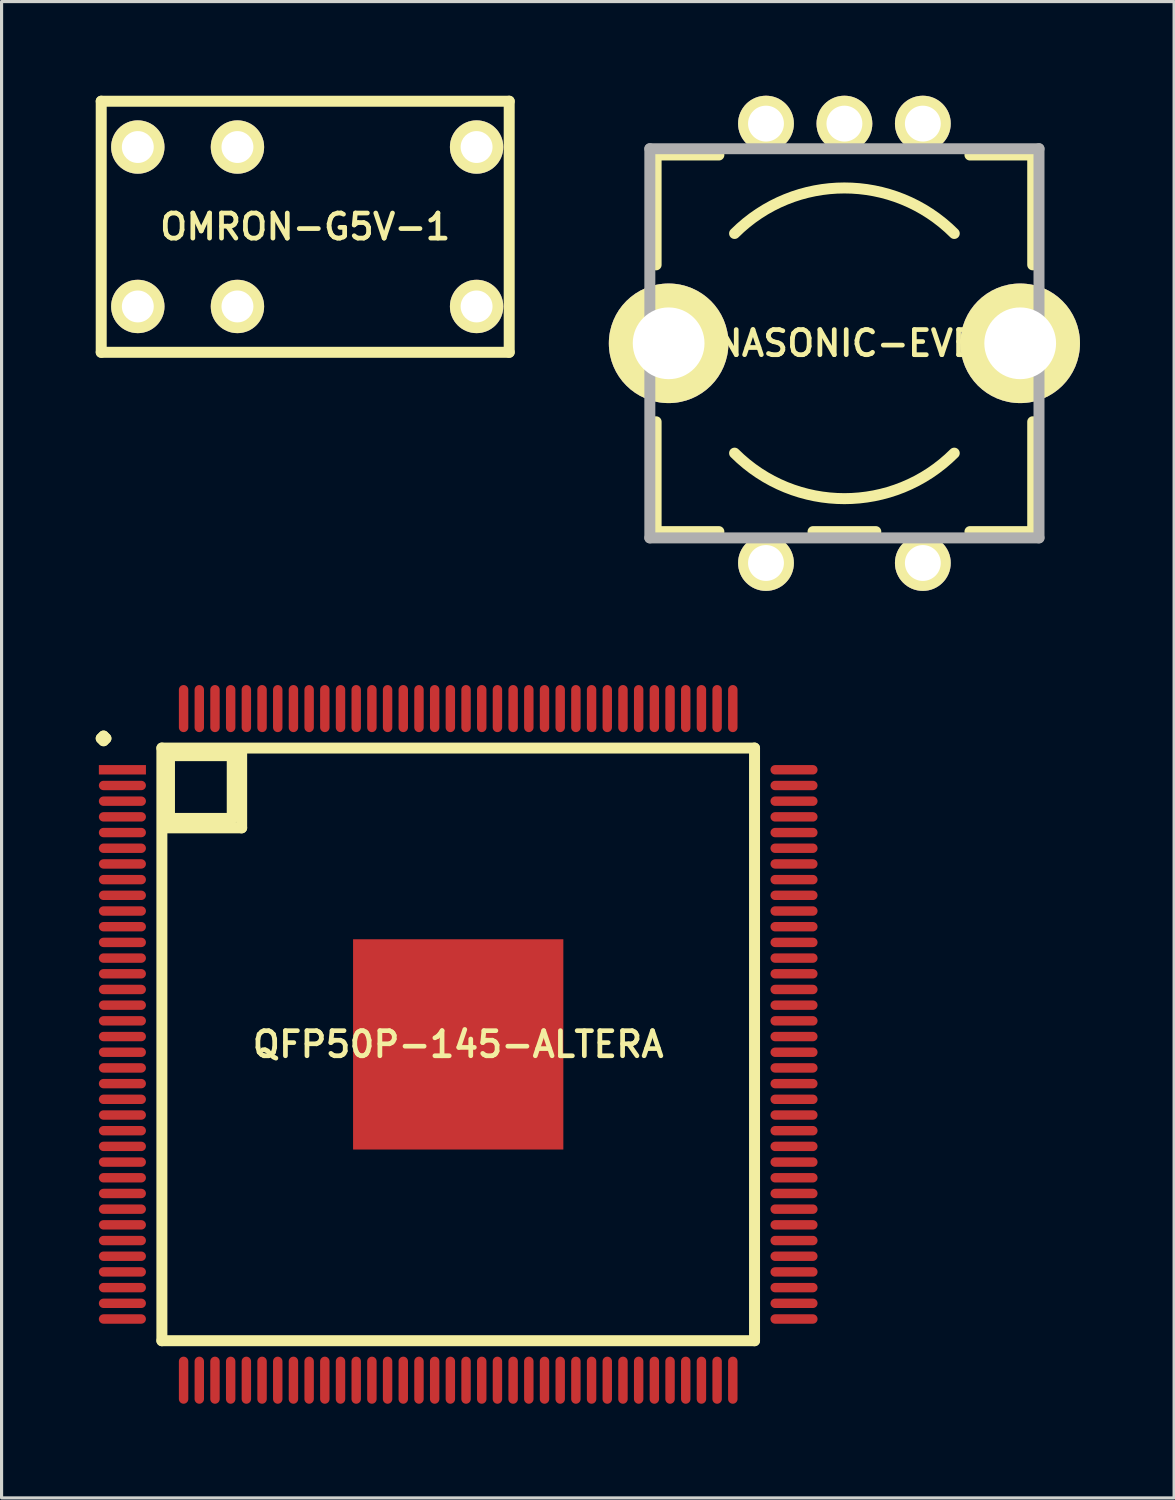
<source format=kicad_pcb>
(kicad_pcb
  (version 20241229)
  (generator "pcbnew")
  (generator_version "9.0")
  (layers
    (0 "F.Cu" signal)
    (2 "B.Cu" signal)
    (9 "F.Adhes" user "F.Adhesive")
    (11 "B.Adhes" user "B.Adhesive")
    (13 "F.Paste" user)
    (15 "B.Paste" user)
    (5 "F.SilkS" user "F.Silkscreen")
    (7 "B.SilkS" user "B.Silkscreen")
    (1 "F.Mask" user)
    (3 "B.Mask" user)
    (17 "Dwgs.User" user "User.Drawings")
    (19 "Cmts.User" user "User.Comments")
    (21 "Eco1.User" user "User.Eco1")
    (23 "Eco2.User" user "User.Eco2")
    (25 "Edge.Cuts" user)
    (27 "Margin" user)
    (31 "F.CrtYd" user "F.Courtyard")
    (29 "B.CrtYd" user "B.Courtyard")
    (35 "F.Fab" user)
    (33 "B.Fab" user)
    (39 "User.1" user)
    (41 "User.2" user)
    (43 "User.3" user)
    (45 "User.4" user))
  (footprint "OMRON-G5V-1"
    (layer "F.Cu")
    (at 6.675 4.175)
    (property "Reference" "OMRON-G5V-1" (at 0 0 0) (layer "F.SilkS") (effects (font (size 0.8 0.8) (thickness 0.15))))
    (attr through_hole)
    (fp_line (start -6.5 -4) (end -6.5 4) (stroke (width 0.35) (type solid)) (layer "F.SilkS"))
    (fp_line (start -6.5 4) (end 6.5 4) (stroke (width 0.35) (type solid)) (layer "F.SilkS"))
    (fp_line (start 6.5 -4) (end -6.5 -4) (stroke (width 0.35) (type solid)) (layer "F.SilkS"))
    (fp_line (start 6.5 4) (end 6.5 -4) (stroke (width 0.35) (type solid)) (layer "F.SilkS"))
    (pad "1" thru_hole circle (at -5.334 2.54) (size 1.7 1.7) (drill 1.016) (layers "*.Cu" "*.Mask" "F.SilkS"))
    (pad "2" thru_hole circle (at 5.461 -2.54) (size 1.7 1.7) (drill 1.016) (layers "*.Cu" "*.Mask" "F.SilkS"))
    (pad "2" thru_hole circle (at 5.461 2.54) (size 1.7 1.7) (drill 1.016) (layers "*.Cu" "*.Mask" "F.SilkS"))
    (pad "3" thru_hole circle (at -5.334 -2.54) (size 1.7 1.7) (drill 1.016) (layers "*.Cu" "*.Mask" "F.SilkS"))
    (pad "4" thru_hole circle (at -2.159 -2.54) (size 1.7 1.7) (drill 1.016) (layers "*.Cu" "*.Mask" "F.SilkS"))
    (pad "5" thru_hole circle (at -2.159 2.54) (size 1.7 1.7) (drill 1.016) (layers "*.Cu" "*.Mask" "F.SilkS")))
  (footprint "QFP50P-145-ALTERA"
    (layer "F.Cu")
    (at 11.55 30.228)
    (property "Reference" "QFP50P-145-ALTERA" (at 0 0 0) (layer "F.SilkS") (effects (font (size 0.8 0.8) (thickness 0.15))))
    (attr through_hole)
    (fp_line (start -11.375 -9.75) (end -11.3 -9.825) (stroke (width 0.35) (type solid)) (layer "F.SilkS"))
    (fp_line (start -11.3 -9.825) (end -11.225 -9.75) (stroke (width 0.35) (type solid)) (layer "F.SilkS"))
    (fp_line (start -11.3 -9.675) (end -11.375 -9.75) (stroke (width 0.35) (type solid)) (layer "F.SilkS"))
    (fp_line (start -11.225 -9.75) (end -11.3 -9.675) (stroke (width 0.35) (type solid)) (layer "F.SilkS"))
    (fp_line (start -9.442 -9.442) (end -9.442 9.442) (stroke (width 0.35) (type solid)) (layer "F.SilkS"))
    (fp_line (start -9.442 9.442) (end 9.442 9.442) (stroke (width 0.35) (type solid)) (layer "F.SilkS"))
    (fp_line (start -9.4 -9.2) (end -7.2 -9.2) (stroke (width 0.35) (type solid)) (layer "F.SilkS"))
    (fp_line (start -9.2 -7.2) (end -9.2 -9.2) (stroke (width 0.35) (type solid)) (layer "F.SilkS"))
    (fp_line (start -7.2 -9.2) (end -7.2 -7.2) (stroke (width 0.35) (type solid)) (layer "F.SilkS"))
    (fp_line (start -7.2 -7.2) (end -9.2 -7.2) (stroke (width 0.35) (type solid)) (layer "F.SilkS"))
    (fp_line (start -6.9 -9.4) (end -6.9 -6.9) (stroke (width 0.35) (type solid)) (layer "F.SilkS"))
    (fp_line (start -6.9 -6.9) (end -9.4 -6.9) (stroke (width 0.35) (type solid)) (layer "F.SilkS"))
    (fp_line (start 9.442 -9.442) (end -9.442 -9.442) (stroke (width 0.35) (type solid)) (layer "F.SilkS"))
    (fp_line (start 9.442 9.442) (end 9.442 -9.442) (stroke (width 0.35) (type solid)) (layer "F.SilkS"))
    (pad "1" smd rect (at -10.7 -8.75) (size 1.5 0.3) (layers "F.Cu" "F.Mask" "F.Paste"))
    (pad "2" smd oval (at -10.7 -8.25) (size 1.5 0.3) (layers "F.Cu" "F.Mask" "F.Paste"))
    (pad "3" smd oval (at -10.7 -7.75) (size 1.5 0.3) (layers "F.Cu" "F.Mask" "F.Paste"))
    (pad "4" smd oval (at -10.7 -7.25) (size 1.5 0.3) (layers "F.Cu" "F.Mask" "F.Paste"))
    (pad "5" smd oval (at -10.7 -6.75) (size 1.5 0.3) (layers "F.Cu" "F.Mask" "F.Paste"))
    (pad "6" smd oval (at -10.7 -6.25) (size 1.5 0.3) (layers "F.Cu" "F.Mask" "F.Paste"))
    (pad "7" smd oval (at -10.7 -5.75) (size 1.5 0.3) (layers "F.Cu" "F.Mask" "F.Paste"))
    (pad "8" smd oval (at -10.7 -5.25) (size 1.5 0.3) (layers "F.Cu" "F.Mask" "F.Paste"))
    (pad "9" smd oval (at -10.7 -4.75) (size 1.5 0.3) (layers "F.Cu" "F.Mask" "F.Paste"))
    (pad "10" smd oval (at -10.7 -4.25) (size 1.5 0.3) (layers "F.Cu" "F.Mask" "F.Paste"))
    (pad "11" smd oval (at -10.7 -3.75) (size 1.5 0.3) (layers "F.Cu" "F.Mask" "F.Paste"))
    (pad "12" smd oval (at -10.7 -3.25) (size 1.5 0.3) (layers "F.Cu" "F.Mask" "F.Paste"))
    (pad "13" smd oval (at -10.7 -2.75) (size 1.5 0.3) (layers "F.Cu" "F.Mask" "F.Paste"))
    (pad "14" smd oval (at -10.7 -2.25) (size 1.5 0.3) (layers "F.Cu" "F.Mask" "F.Paste"))
    (pad "15" smd oval (at -10.7 -1.75) (size 1.5 0.3) (layers "F.Cu" "F.Mask" "F.Paste"))
    (pad "16" smd oval (at -10.7 -1.25) (size 1.5 0.3) (layers "F.Cu" "F.Mask" "F.Paste"))
    (pad "17" smd oval (at -10.7 -0.75) (size 1.5 0.3) (layers "F.Cu" "F.Mask" "F.Paste"))
    (pad "18" smd oval (at -10.7 -0.25) (size 1.5 0.3) (layers "F.Cu" "F.Mask" "F.Paste"))
    (pad "19" smd oval (at -10.7 0.25) (size 1.5 0.3) (layers "F.Cu" "F.Mask" "F.Paste"))
    (pad "20" smd oval (at -10.7 0.75) (size 1.5 0.3) (layers "F.Cu" "F.Mask" "F.Paste"))
    (pad "21" smd oval (at -10.7 1.25) (size 1.5 0.3) (layers "F.Cu" "F.Mask" "F.Paste"))
    (pad "22" smd oval (at -10.7 1.75) (size 1.5 0.3) (layers "F.Cu" "F.Mask" "F.Paste"))
    (pad "23" smd oval (at -10.7 2.25) (size 1.5 0.3) (layers "F.Cu" "F.Mask" "F.Paste"))
    (pad "24" smd oval (at -10.7 2.75) (size 1.5 0.3) (layers "F.Cu" "F.Mask" "F.Paste"))
    (pad "25" smd oval (at -10.7 3.25) (size 1.5 0.3) (layers "F.Cu" "F.Mask" "F.Paste"))
    (pad "26" smd oval (at -10.7 3.75) (size 1.5 0.3) (layers "F.Cu" "F.Mask" "F.Paste"))
    (pad "27" smd oval (at -10.7 4.25) (size 1.5 0.3) (layers "F.Cu" "F.Mask" "F.Paste"))
    (pad "28" smd oval (at -10.7 4.75) (size 1.5 0.3) (layers "F.Cu" "F.Mask" "F.Paste"))
    (pad "29" smd oval (at -10.7 5.25) (size 1.5 0.3) (layers "F.Cu" "F.Mask" "F.Paste"))
    (pad "30" smd oval (at -10.7 5.75) (size 1.5 0.3) (layers "F.Cu" "F.Mask" "F.Paste"))
    (pad "31" smd oval (at -10.7 6.25) (size 1.5 0.3) (layers "F.Cu" "F.Mask" "F.Paste"))
    (pad "32" smd oval (at -10.7 6.75) (size 1.5 0.3) (layers "F.Cu" "F.Mask" "F.Paste"))
    (pad "33" smd oval (at -10.7 7.25) (size 1.5 0.3) (layers "F.Cu" "F.Mask" "F.Paste"))
    (pad "34" smd oval (at -10.7 7.75) (size 1.5 0.3) (layers "F.Cu" "F.Mask" "F.Paste"))
    (pad "35" smd oval (at -10.7 8.25) (size 1.5 0.3) (layers "F.Cu" "F.Mask" "F.Paste"))
    (pad "36" smd oval (at -10.7 8.75) (size 1.5 0.3) (layers "F.Cu" "F.Mask" "F.Paste"))
    (pad "37" smd oval (at -8.75 10.7) (size 0.3 1.5) (layers "F.Cu" "F.Mask" "F.Paste"))
    (pad "38" smd oval (at -8.25 10.7) (size 0.3 1.5) (layers "F.Cu" "F.Mask" "F.Paste"))
    (pad "39" smd oval (at -7.75 10.7) (size 0.3 1.5) (layers "F.Cu" "F.Mask" "F.Paste"))
    (pad "40" smd oval (at -7.25 10.7) (size 0.3 1.5) (layers "F.Cu" "F.Mask" "F.Paste"))
    (pad "41" smd oval (at -6.75 10.7) (size 0.3 1.5) (layers "F.Cu" "F.Mask" "F.Paste"))
    (pad "42" smd oval (at -6.25 10.7) (size 0.3 1.5) (layers "F.Cu" "F.Mask" "F.Paste"))
    (pad "43" smd oval (at -5.75 10.7) (size 0.3 1.5) (layers "F.Cu" "F.Mask" "F.Paste"))
    (pad "44" smd oval (at -5.25 10.7) (size 0.3 1.5) (layers "F.Cu" "F.Mask" "F.Paste"))
    (pad "45" smd oval (at -4.75 10.7) (size 0.3 1.5) (layers "F.Cu" "F.Mask" "F.Paste"))
    (pad "46" smd oval (at -4.25 10.7) (size 0.3 1.5) (layers "F.Cu" "F.Mask" "F.Paste"))
    (pad "47" smd oval (at -3.75 10.7) (size 0.3 1.5) (layers "F.Cu" "F.Mask" "F.Paste"))
    (pad "48" smd oval (at -3.25 10.7) (size 0.3 1.5) (layers "F.Cu" "F.Mask" "F.Paste"))
    (pad "49" smd oval (at -2.75 10.7) (size 0.3 1.5) (layers "F.Cu" "F.Mask" "F.Paste"))
    (pad "50" smd oval (at -2.25 10.7) (size 0.3 1.5) (layers "F.Cu" "F.Mask" "F.Paste"))
    (pad "51" smd oval (at -1.75 10.7) (size 0.3 1.5) (layers "F.Cu" "F.Mask" "F.Paste"))
    (pad "52" smd oval (at -1.25 10.7) (size 0.3 1.5) (layers "F.Cu" "F.Mask" "F.Paste"))
    (pad "53" smd oval (at -0.75 10.7) (size 0.3 1.5) (layers "F.Cu" "F.Mask" "F.Paste"))
    (pad "54" smd oval (at -0.25 10.7) (size 0.3 1.5) (layers "F.Cu" "F.Mask" "F.Paste"))
    (pad "55" smd oval (at 0.25 10.7) (size 0.3 1.5) (layers "F.Cu" "F.Mask" "F.Paste"))
    (pad "56" smd oval (at 0.75 10.7) (size 0.3 1.5) (layers "F.Cu" "F.Mask" "F.Paste"))
    (pad "57" smd oval (at 1.25 10.7) (size 0.3 1.5) (layers "F.Cu" "F.Mask" "F.Paste"))
    (pad "58" smd oval (at 1.75 10.7) (size 0.3 1.5) (layers "F.Cu" "F.Mask" "F.Paste"))
    (pad "59" smd oval (at 2.25 10.7) (size 0.3 1.5) (layers "F.Cu" "F.Mask" "F.Paste"))
    (pad "60" smd oval (at 2.75 10.7) (size 0.3 1.5) (layers "F.Cu" "F.Mask" "F.Paste"))
    (pad "61" smd oval (at 3.25 10.7) (size 0.3 1.5) (layers "F.Cu" "F.Mask" "F.Paste"))
    (pad "62" smd oval (at 3.75 10.7) (size 0.3 1.5) (layers "F.Cu" "F.Mask" "F.Paste"))
    (pad "63" smd oval (at 4.25 10.7) (size 0.3 1.5) (layers "F.Cu" "F.Mask" "F.Paste"))
    (pad "64" smd oval (at 4.75 10.7) (size 0.3 1.5) (layers "F.Cu" "F.Mask" "F.Paste"))
    (pad "65" smd oval (at 5.25 10.7) (size 0.3 1.5) (layers "F.Cu" "F.Mask" "F.Paste"))
    (pad "66" smd oval (at 5.75 10.7) (size 0.3 1.5) (layers "F.Cu" "F.Mask" "F.Paste"))
    (pad "67" smd oval (at 6.25 10.7) (size 0.3 1.5) (layers "F.Cu" "F.Mask" "F.Paste"))
    (pad "68" smd oval (at 6.75 10.7) (size 0.3 1.5) (layers "F.Cu" "F.Mask" "F.Paste"))
    (pad "69" smd oval (at 7.25 10.7) (size 0.3 1.5) (layers "F.Cu" "F.Mask" "F.Paste"))
    (pad "70" smd oval (at 7.75 10.7) (size 0.3 1.5) (layers "F.Cu" "F.Mask" "F.Paste"))
    (pad "71" smd oval (at 8.25 10.7) (size 0.3 1.5) (layers "F.Cu" "F.Mask" "F.Paste"))
    (pad "72" smd oval (at 8.75 10.7) (size 0.3 1.5) (layers "F.Cu" "F.Mask" "F.Paste"))
    (pad "73" smd oval (at 10.7 8.75) (size 1.5 0.3) (layers "F.Cu" "F.Mask" "F.Paste"))
    (pad "74" smd oval (at 10.7 8.25) (size 1.5 0.3) (layers "F.Cu" "F.Mask" "F.Paste"))
    (pad "75" smd oval (at 10.7 7.75) (size 1.5 0.3) (layers "F.Cu" "F.Mask" "F.Paste"))
    (pad "76" smd oval (at 10.7 7.25) (size 1.5 0.3) (layers "F.Cu" "F.Mask" "F.Paste"))
    (pad "77" smd oval (at 10.7 6.75) (size 1.5 0.3) (layers "F.Cu" "F.Mask" "F.Paste"))
    (pad "78" smd oval (at 10.7 6.25) (size 1.5 0.3) (layers "F.Cu" "F.Mask" "F.Paste"))
    (pad "79" smd oval (at 10.7 5.75) (size 1.5 0.3) (layers "F.Cu" "F.Mask" "F.Paste"))
    (pad "80" smd oval (at 10.7 5.25) (size 1.5 0.3) (layers "F.Cu" "F.Mask" "F.Paste"))
    (pad "81" smd oval (at 10.7 4.75) (size 1.5 0.3) (layers "F.Cu" "F.Mask" "F.Paste"))
    (pad "82" smd oval (at 10.7 4.25) (size 1.5 0.3) (layers "F.Cu" "F.Mask" "F.Paste"))
    (pad "83" smd oval (at 10.7 3.75) (size 1.5 0.3) (layers "F.Cu" "F.Mask" "F.Paste"))
    (pad "84" smd oval (at 10.7 3.25) (size 1.5 0.3) (layers "F.Cu" "F.Mask" "F.Paste"))
    (pad "85" smd oval (at 10.7 2.75) (size 1.5 0.3) (layers "F.Cu" "F.Mask" "F.Paste"))
    (pad "86" smd oval (at 10.7 2.25) (size 1.5 0.3) (layers "F.Cu" "F.Mask" "F.Paste"))
    (pad "87" smd oval (at 10.7 1.75) (size 1.5 0.3) (layers "F.Cu" "F.Mask" "F.Paste"))
    (pad "88" smd oval (at 10.7 1.25) (size 1.5 0.3) (layers "F.Cu" "F.Mask" "F.Paste"))
    (pad "89" smd oval (at 10.7 0.75) (size 1.5 0.3) (layers "F.Cu" "F.Mask" "F.Paste"))
    (pad "90" smd oval (at 10.7 0.25) (size 1.5 0.3) (layers "F.Cu" "F.Mask" "F.Paste"))
    (pad "91" smd oval (at 10.7 -0.25) (size 1.5 0.3) (layers "F.Cu" "F.Mask" "F.Paste"))
    (pad "92" smd oval (at 10.7 -0.75) (size 1.5 0.3) (layers "F.Cu" "F.Mask" "F.Paste"))
    (pad "93" smd oval (at 10.7 -1.25) (size 1.5 0.3) (layers "F.Cu" "F.Mask" "F.Paste"))
    (pad "94" smd oval (at 10.7 -1.75) (size 1.5 0.3) (layers "F.Cu" "F.Mask" "F.Paste"))
    (pad "95" smd oval (at 10.7 -2.25) (size 1.5 0.3) (layers "F.Cu" "F.Mask" "F.Paste"))
    (pad "96" smd oval (at 10.7 -2.75) (size 1.5 0.3) (layers "F.Cu" "F.Mask" "F.Paste"))
    (pad "97" smd oval (at 10.7 -3.25) (size 1.5 0.3) (layers "F.Cu" "F.Mask" "F.Paste"))
    (pad "98" smd oval (at 10.7 -3.75) (size 1.5 0.3) (layers "F.Cu" "F.Mask" "F.Paste"))
    (pad "99" smd oval (at 10.7 -4.25) (size 1.5 0.3) (layers "F.Cu" "F.Mask" "F.Paste"))
    (pad "100" smd oval (at 10.7 -4.75) (size 1.5 0.3) (layers "F.Cu" "F.Mask" "F.Paste"))
    (pad "101" smd oval (at 10.7 -5.25) (size 1.5 0.3) (layers "F.Cu" "F.Mask" "F.Paste"))
    (pad "102" smd oval (at 10.7 -5.75) (size 1.5 0.3) (layers "F.Cu" "F.Mask" "F.Paste"))
    (pad "103" smd oval (at 10.7 -6.25) (size 1.5 0.3) (layers "F.Cu" "F.Mask" "F.Paste"))
    (pad "104" smd oval (at 10.7 -6.75) (size 1.5 0.3) (layers "F.Cu" "F.Mask" "F.Paste"))
    (pad "105" smd oval (at 10.7 -7.25) (size 1.5 0.3) (layers "F.Cu" "F.Mask" "F.Paste"))
    (pad "106" smd oval (at 10.7 -7.75) (size 1.5 0.3) (layers "F.Cu" "F.Mask" "F.Paste"))
    (pad "107" smd oval (at 10.7 -8.25) (size 1.5 0.3) (layers "F.Cu" "F.Mask" "F.Paste"))
    (pad "108" smd oval (at 10.7 -8.75) (size 1.5 0.3) (layers "F.Cu" "F.Mask" "F.Paste"))
    (pad "109" smd oval (at 8.75 -10.7) (size 0.3 1.5) (layers "F.Cu" "F.Mask" "F.Paste"))
    (pad "110" smd oval (at 8.25 -10.7) (size 0.3 1.5) (layers "F.Cu" "F.Mask" "F.Paste"))
    (pad "111" smd oval (at 7.75 -10.7) (size 0.3 1.5) (layers "F.Cu" "F.Mask" "F.Paste"))
    (pad "112" smd oval (at 7.25 -10.7) (size 0.3 1.5) (layers "F.Cu" "F.Mask" "F.Paste"))
    (pad "113" smd oval (at 6.75 -10.7) (size 0.3 1.5) (layers "F.Cu" "F.Mask" "F.Paste"))
    (pad "114" smd oval (at 6.25 -10.7) (size 0.3 1.5) (layers "F.Cu" "F.Mask" "F.Paste"))
    (pad "115" smd oval (at 5.75 -10.7) (size 0.3 1.5) (layers "F.Cu" "F.Mask" "F.Paste"))
    (pad "116" smd oval (at 5.25 -10.7) (size 0.3 1.5) (layers "F.Cu" "F.Mask" "F.Paste"))
    (pad "117" smd oval (at 4.75 -10.7) (size 0.3 1.5) (layers "F.Cu" "F.Mask" "F.Paste"))
    (pad "118" smd oval (at 4.25 -10.7) (size 0.3 1.5) (layers "F.Cu" "F.Mask" "F.Paste"))
    (pad "119" smd oval (at 3.75 -10.7) (size 0.3 1.5) (layers "F.Cu" "F.Mask" "F.Paste"))
    (pad "120" smd oval (at 3.25 -10.7) (size 0.3 1.5) (layers "F.Cu" "F.Mask" "F.Paste"))
    (pad "121" smd oval (at 2.75 -10.7) (size 0.3 1.5) (layers "F.Cu" "F.Mask" "F.Paste"))
    (pad "122" smd oval (at 2.25 -10.7) (size 0.3 1.5) (layers "F.Cu" "F.Mask" "F.Paste"))
    (pad "123" smd oval (at 1.75 -10.7) (size 0.3 1.5) (layers "F.Cu" "F.Mask" "F.Paste"))
    (pad "124" smd oval (at 1.25 -10.7) (size 0.3 1.5) (layers "F.Cu" "F.Mask" "F.Paste"))
    (pad "125" smd oval (at 0.75 -10.7) (size 0.3 1.5) (layers "F.Cu" "F.Mask" "F.Paste"))
    (pad "126" smd oval (at 0.25 -10.7) (size 0.3 1.5) (layers "F.Cu" "F.Mask" "F.Paste"))
    (pad "127" smd oval (at -0.25 -10.7) (size 0.3 1.5) (layers "F.Cu" "F.Mask" "F.Paste"))
    (pad "128" smd oval (at -0.75 -10.7) (size 0.3 1.5) (layers "F.Cu" "F.Mask" "F.Paste"))
    (pad "129" smd oval (at -1.25 -10.7) (size 0.3 1.5) (layers "F.Cu" "F.Mask" "F.Paste"))
    (pad "130" smd oval (at -1.75 -10.7) (size 0.3 1.5) (layers "F.Cu" "F.Mask" "F.Paste"))
    (pad "131" smd oval (at -2.25 -10.7) (size 0.3 1.5) (layers "F.Cu" "F.Mask" "F.Paste"))
    (pad "132" smd oval (at -2.75 -10.7) (size 0.3 1.5) (layers "F.Cu" "F.Mask" "F.Paste"))
    (pad "133" smd oval (at -3.25 -10.7) (size 0.3 1.5) (layers "F.Cu" "F.Mask" "F.Paste"))
    (pad "134" smd oval (at -3.75 -10.7) (size 0.3 1.5) (layers "F.Cu" "F.Mask" "F.Paste"))
    (pad "135" smd oval (at -4.25 -10.7) (size 0.3 1.5) (layers "F.Cu" "F.Mask" "F.Paste"))
    (pad "136" smd oval (at -4.75 -10.7) (size 0.3 1.5) (layers "F.Cu" "F.Mask" "F.Paste"))
    (pad "137" smd oval (at -5.25 -10.7) (size 0.3 1.5) (layers "F.Cu" "F.Mask" "F.Paste"))
    (pad "138" smd oval (at -5.75 -10.7) (size 0.3 1.5) (layers "F.Cu" "F.Mask" "F.Paste"))
    (pad "139" smd oval (at -6.25 -10.7) (size 0.3 1.5) (layers "F.Cu" "F.Mask" "F.Paste"))
    (pad "140" smd oval (at -6.75 -10.7) (size 0.3 1.5) (layers "F.Cu" "F.Mask" "F.Paste"))
    (pad "141" smd oval (at -7.25 -10.7) (size 0.3 1.5) (layers "F.Cu" "F.Mask" "F.Paste"))
    (pad "142" smd oval (at -7.75 -10.7) (size 0.3 1.5) (layers "F.Cu" "F.Mask" "F.Paste"))
    (pad "143" smd oval (at -8.25 -10.7) (size 0.3 1.5) (layers "F.Cu" "F.Mask" "F.Paste"))
    (pad "144" smd oval (at -8.75 -10.7) (size 0.3 1.5) (layers "F.Cu" "F.Mask" "F.Paste"))
    (pad "145" smd rect (at 0 0) (size 6.7 6.7) (layers "F.Cu" "F.Mask" "F.Paste")))
  (footprint "PANASONIC-EVEJB"
    (layer "F.Cu")
    (at 23.856 7.889)
    (property "Reference" "PANASONIC-EVEJB" (at 0 0 0) (layer "F.SilkS") (effects (font (size 0.8 0.8) (thickness 0.15))))
    (attr through_hole)
    (fp_line (start -6 -6) (end -6 -2.5) (stroke (width 0.35) (type solid)) (layer "F.SilkS"))
    (fp_line (start -6 2.5) (end -6 6) (stroke (width 0.35) (type solid)) (layer "F.SilkS"))
    (fp_line (start -6 6) (end -4 6) (stroke (width 0.35) (type solid)) (layer "F.SilkS"))
    (fp_line (start -4 -6) (end -6 -6) (stroke (width 0.35) (type solid)) (layer "F.SilkS"))
    (fp_line (start -1 6) (end 1 6) (stroke (width 0.35) (type solid)) (layer "F.SilkS"))
    (fp_line (start 4 6) (end 6 6) (stroke (width 0.35) (type solid)) (layer "F.SilkS"))
    (fp_line (start 6 -6) (end 4 -6) (stroke (width 0.35) (type solid)) (layer "F.SilkS"))
    (fp_line (start 6 -2.5) (end 6 -6) (stroke (width 0.35) (type solid)) (layer "F.SilkS"))
    (fp_line (start 6 6) (end 6 2.5) (stroke (width 0.35) (type solid)) (layer "F.SilkS"))
    (fp_arc (start -3.5 -3.5) (mid 0 -4.949747) (end 3.5 -3.5) (stroke (width 0.35) (type solid)) (layer "F.SilkS"))
    (fp_arc (start 3.5 3.5) (mid 0 4.949747) (end -3.5 3.5) (stroke (width 0.35) (type solid)) (layer "F.SilkS"))
    (fp_line (start -6.2 -6.2) (end 6.2 -6.2) (stroke (width 0.35) (type solid)) (layer "F.Fab"))
    (fp_line (start -6.2 6.2) (end -6.2 -6.2) (stroke (width 0.35) (type solid)) (layer "F.Fab"))
    (fp_line (start 6.2 -6.2) (end 6.2 6.2) (stroke (width 0.35) (type solid)) (layer "F.Fab"))
    (fp_line (start 6.2 6.2) (end -6.2 6.2) (stroke (width 0.35) (type solid)) (layer "F.Fab"))
    (pad "" np_thru_hole circle (at -5.601 0) (size 3.81 3.81) (drill 2.286) (layers "*.Cu" "*.Mask" "F.SilkS"))
    (pad "" np_thru_hole circle (at 5.601 0) (size 3.81 3.81) (drill 2.286) (layers "*.Cu" "*.Mask" "F.SilkS"))
    (pad "1" thru_hole circle (at -2.499 -7) (size 1.778 1.778) (drill 1.143) (layers "*.Cu" "*.Mask" "F.SilkS"))
    (pad "2" thru_hole circle (at 0 -7) (size 1.778 1.778) (drill 1.143) (layers "*.Cu" "*.Mask" "F.SilkS"))
    (pad "3" thru_hole circle (at 2.499 -7) (size 1.778 1.778) (drill 1.143) (layers "*.Cu" "*.Mask" "F.SilkS"))
    (pad "4" thru_hole circle (at -2.499 7) (size 1.778 1.778) (drill 1.143) (layers "*.Cu" "*.Mask" "F.SilkS"))
    (pad "5" thru_hole circle (at 2.499 7) (size 1.778 1.778) (drill 1.143) (layers "*.Cu" "*.Mask" "F.SilkS")))
  (gr_rect
    (start -3 -3)
    (end 34.361 44.678)
    (stroke (width 0.1) (type default))
    (fill no)
    (layer "Edge.Cuts")))
</source>
